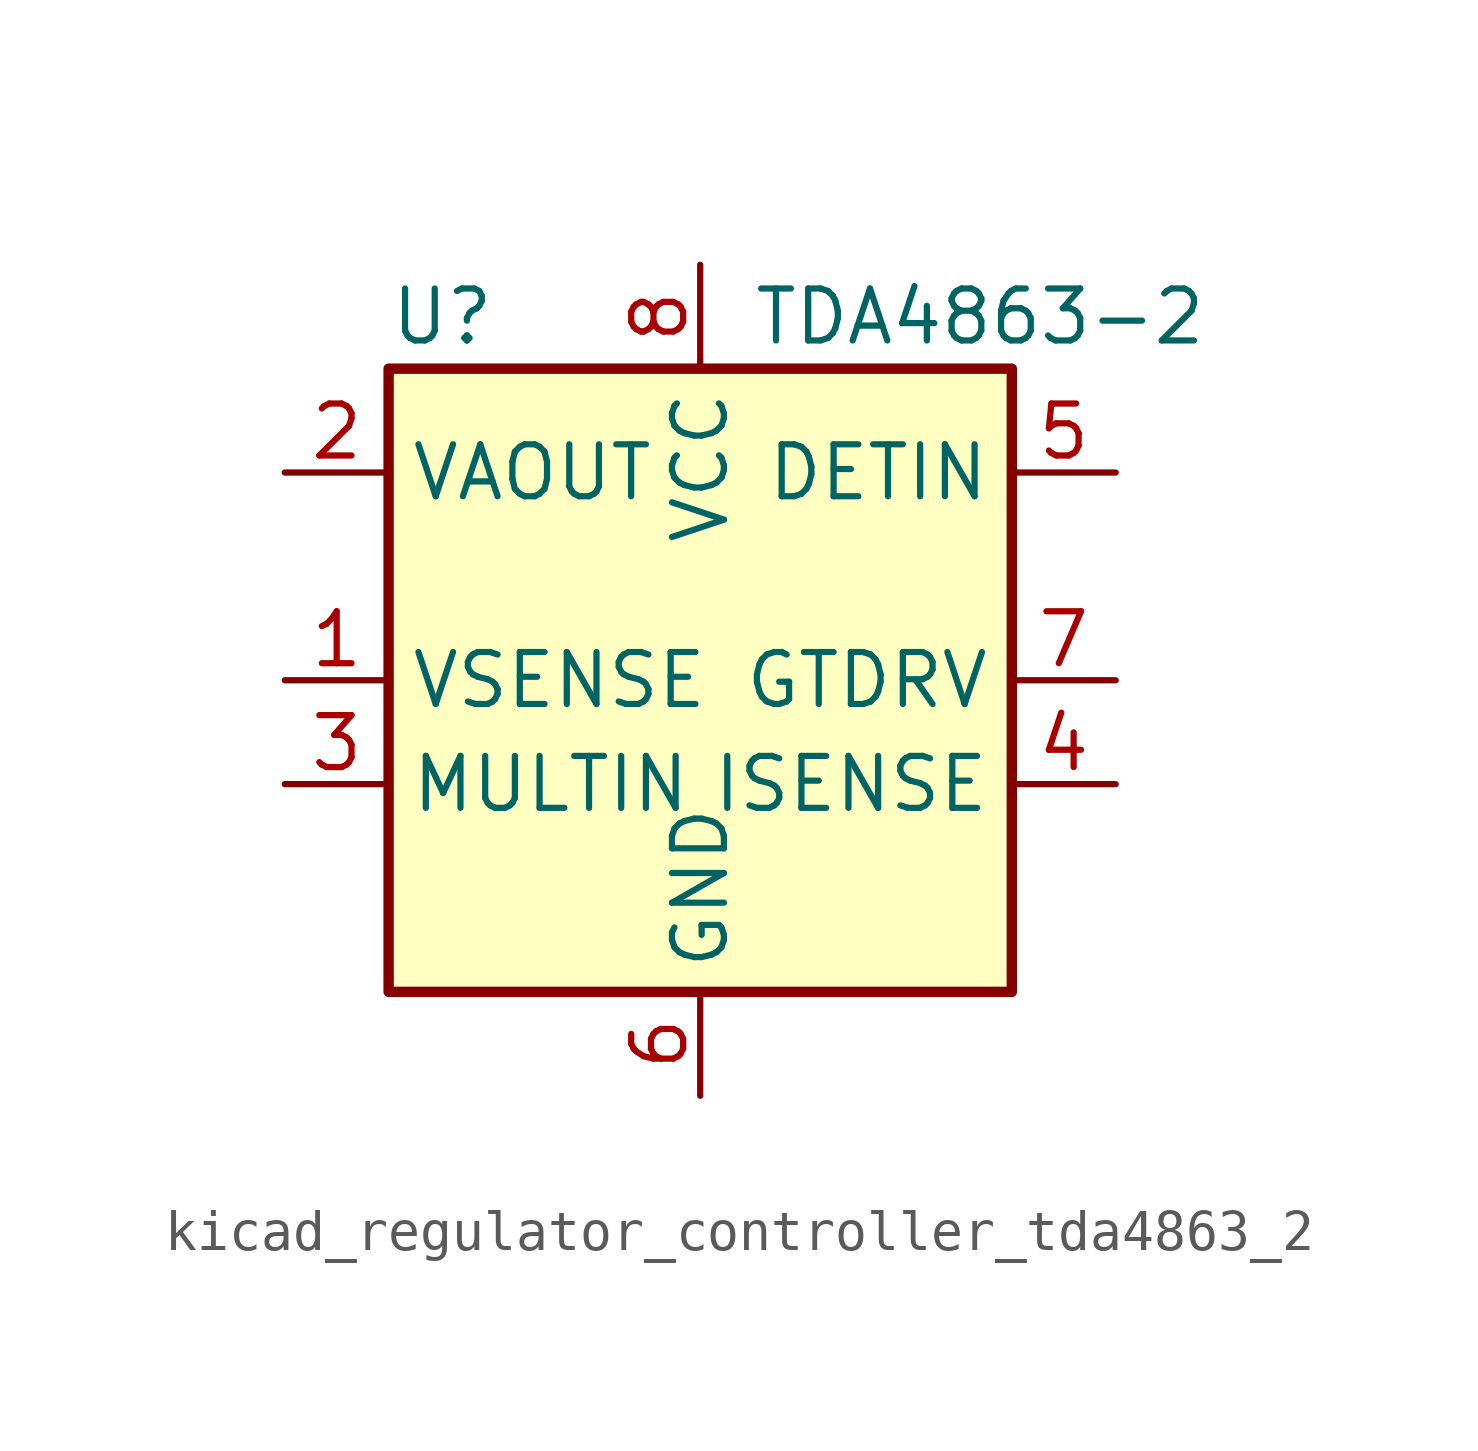
<source format=kicad_sym>
(kicad_symbol_lib
  (version 20220914)
  (generator kicad_symbol_editor)
  (symbol "kicad_regulator_controller_tda4863_2"
    (property "Reference" "U"
      (at -7.62 8.89 0)
      (effects (font (size 1.27 1.27)) (justify left)))
    (property "Value" "TDA4863-2"
      (at 1.27 8.89 0)
      (effects (font (size 1.27 1.27)) (justify left)))
    (symbol "kicad_regulator_controller_tda4863_2_0_0"
      (rectangle (start -7.62 7.62) (end 7.62 -7.62) (stroke (width 0.254) (type default)) (fill (type background))))
    (symbol "kicad_regulator_controller_tda4863_2_1_1"
      (pin input line (at -10.16 0 0) (length 2.54) (name "VSENSE" (effects (font (size 1.27 1.27)))) (number "1" (effects (font (size 1.27 1.27)))))
      (pin output line (at -10.16 5.08 0) (length 2.54) (name "VAOUT" (effects (font (size 1.27 1.27)))) (number "2" (effects (font (size 1.27 1.27)))))
      (pin input line (at -10.16 -2.54 0) (length 2.54) (name "MULTIN" (effects (font (size 1.27 1.27)))) (number "3" (effects (font (size 1.27 1.27)))))
      (pin input line (at 10.16 -2.54 180) (length 2.54) (name "ISENSE" (effects (font (size 1.27 1.27)))) (number "4" (effects (font (size 1.27 1.27)))))
      (pin passive line (at 10.16 5.08 180) (length 2.54) (name "DETIN" (effects (font (size 1.27 1.27)))) (number "5" (effects (font (size 1.27 1.27)))))
      (pin power_in line (at 0 -10.16 90) (length 2.54) (name "GND" (effects (font (size 1.27 1.27)))) (number "6" (effects (font (size 1.27 1.27)))))
      (pin output line (at 10.16 0 180) (length 2.54) (name "GTDRV" (effects (font (size 1.27 1.27)))) (number "7" (effects (font (size 1.27 1.27)))))
      (pin power_in line (at 0 10.16 270) (length 2.54) (name "VCC" (effects (font (size 1.27 1.27)))) (number "8" (effects (font (size 1.27 1.27))))))))
</source>
